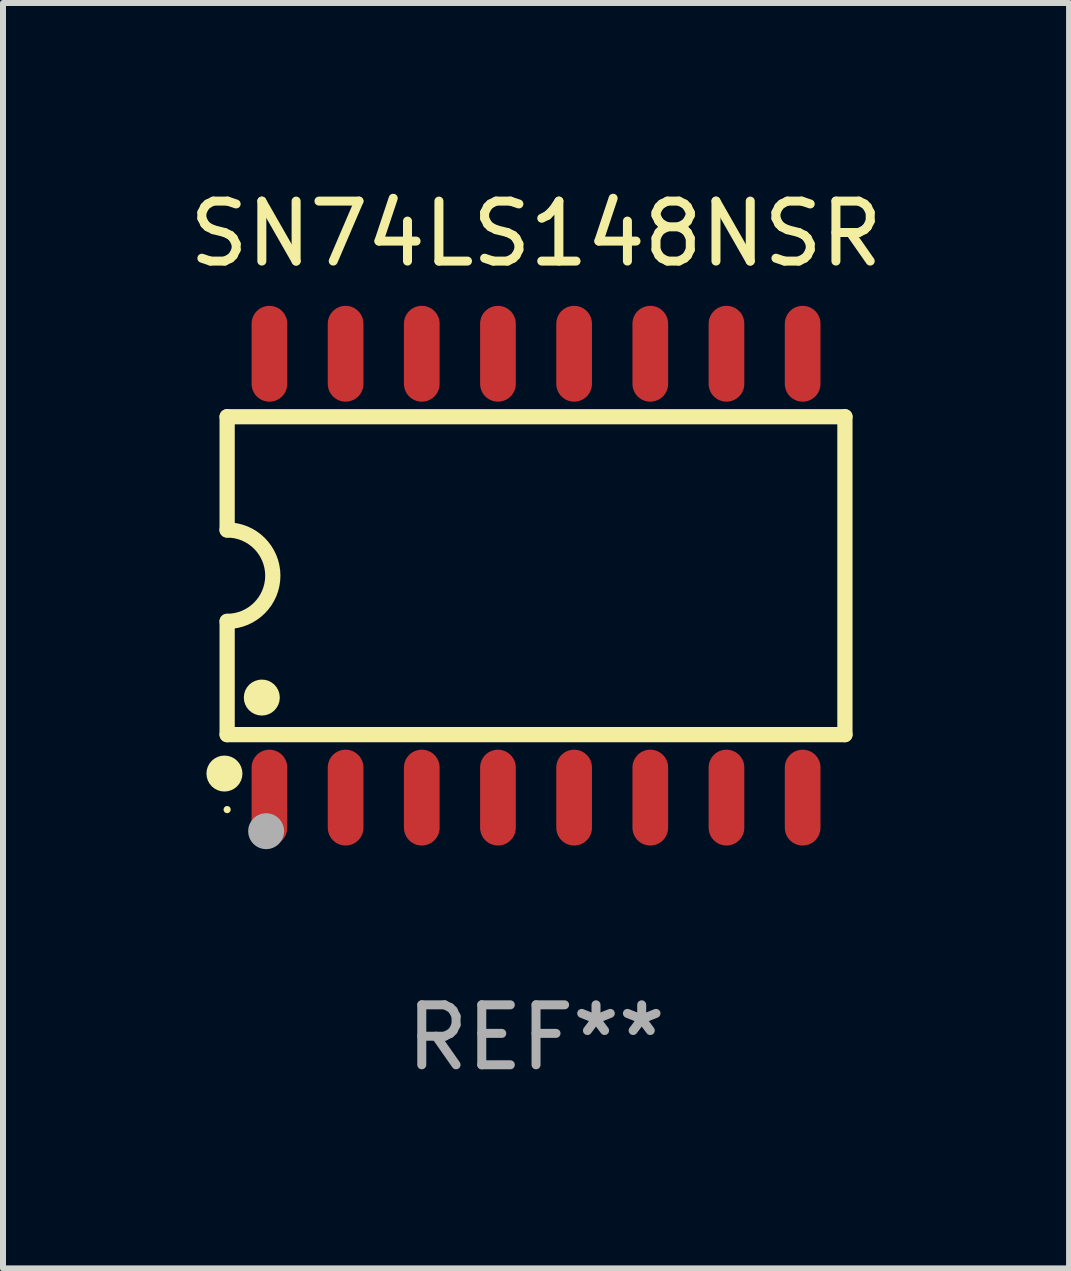
<source format=kicad_pcb>
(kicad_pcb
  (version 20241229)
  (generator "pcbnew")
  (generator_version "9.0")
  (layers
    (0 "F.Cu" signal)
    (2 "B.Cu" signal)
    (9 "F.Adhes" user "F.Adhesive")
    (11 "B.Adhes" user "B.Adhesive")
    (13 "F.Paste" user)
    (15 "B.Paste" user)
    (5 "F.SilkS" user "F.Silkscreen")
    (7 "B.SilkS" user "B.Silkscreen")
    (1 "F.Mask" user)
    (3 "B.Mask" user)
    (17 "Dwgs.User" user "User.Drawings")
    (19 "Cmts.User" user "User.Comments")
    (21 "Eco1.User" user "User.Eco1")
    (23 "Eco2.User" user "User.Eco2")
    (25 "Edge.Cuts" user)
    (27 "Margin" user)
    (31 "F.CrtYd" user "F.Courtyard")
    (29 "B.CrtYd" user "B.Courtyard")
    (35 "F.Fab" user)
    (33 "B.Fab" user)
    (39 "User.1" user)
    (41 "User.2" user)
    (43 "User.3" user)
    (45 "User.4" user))
  (footprint "SN74LS148NSR"
    (layer "F.Cu")
    (at 5.887 6.548)
    (property "Reference" "SN74LS148NSR" (at 0 -5.7 0) (layer "F.SilkS") (effects (font (size 1 1) (thickness 0.15))))
    (attr through_hole)
    (fp_line (start -5.15 -2.65) (end -5.15 -0.762) (stroke (width 0.254) (type solid)) (layer "F.SilkS"))
    (fp_line (start -5.15 -2.65) (end 5.15 -2.65) (stroke (width 0.254) (type solid)) (layer "F.SilkS"))
    (fp_line (start -5.15 2.65) (end -5.15 0.762) (stroke (width 0.254) (type solid)) (layer "F.SilkS"))
    (fp_line (start 5.15 -2.65) (end 5.15 2.65) (stroke (width 0.254) (type solid)) (layer "F.SilkS"))
    (fp_line (start 5.15 2.65) (end -5.15 2.65) (stroke (width 0.254) (type solid)) (layer "F.SilkS"))
    (fp_arc (start -5.151131 -0.762003) (mid -4.389128 -0.000559) (end -5.150013 0.762002) (stroke (width 0.254001) (type solid)) (layer "F.SilkS"))
    (fp_circle (center -5.195 3.299) (end -5.045 3.299) (stroke (width 0.3) (type solid)) (fill no) (layer "F.SilkS"))
    (fp_circle (center -5.15 3.9) (end -5.12 3.9) (stroke (width 0.06) (type solid)) (fill no) (layer "F.SilkS"))
    (fp_circle (center -4.572 2.032) (end -4.422 2.032) (stroke (width 0.3) (type solid)) (fill no) (layer "F.SilkS"))
    (fp_circle (center -4.5 4.26) (end -4.35 4.26) (stroke (width 0.3) (type solid)) (fill no) (layer "F.Fab"))
    (fp_text user "REF**" (at 0 7.7 0) (layer "F.Fab") (effects (font (size 1 1) (thickness 0.15))))
    (pad "1" smd oval (at -4.445 3.7) (size 0.595 1.598) (layers "F.Cu" "F.Mask" "F.Paste"))
    (pad "2" smd oval (at -3.175 3.7) (size 0.595 1.598) (layers "F.Cu" "F.Mask" "F.Paste"))
    (pad "3" smd oval (at -1.905 3.7) (size 0.595 1.598) (layers "F.Cu" "F.Mask" "F.Paste"))
    (pad "4" smd oval (at -0.635 3.7) (size 0.595 1.598) (layers "F.Cu" "F.Mask" "F.Paste"))
    (pad "5" smd oval (at 0.635 3.7) (size 0.595 1.598) (layers "F.Cu" "F.Mask" "F.Paste"))
    (pad "6" smd oval (at 1.905 3.7) (size 0.595 1.598) (layers "F.Cu" "F.Mask" "F.Paste"))
    (pad "7" smd oval (at 3.175 3.7) (size 0.595 1.598) (layers "F.Cu" "F.Mask" "F.Paste"))
    (pad "8" smd oval (at 4.445 3.7) (size 0.595 1.598) (layers "F.Cu" "F.Mask" "F.Paste"))
    (pad "9" smd oval (at 4.445 -3.7) (size 0.595 1.598) (layers "F.Cu" "F.Mask" "F.Paste"))
    (pad "10" smd oval (at 3.175 -3.7) (size 0.595 1.598) (layers "F.Cu" "F.Mask" "F.Paste"))
    (pad "11" smd oval (at 1.905 -3.7) (size 0.595 1.598) (layers "F.Cu" "F.Mask" "F.Paste"))
    (pad "12" smd oval (at 0.635 -3.7) (size 0.595 1.598) (layers "F.Cu" "F.Mask" "F.Paste"))
    (pad "13" smd oval (at -0.635 -3.7) (size 0.595 1.598) (layers "F.Cu" "F.Mask" "F.Paste"))
    (pad "14" smd oval (at -1.905 -3.7) (size 0.595 1.598) (layers "F.Cu" "F.Mask" "F.Paste"))
    (pad "15" smd oval (at -3.175 -3.7) (size 0.595 1.598) (layers "F.Cu" "F.Mask" "F.Paste"))
    (pad "16" smd oval (at -4.445 -3.7) (size 0.595 1.598) (layers "F.Cu" "F.Mask" "F.Paste")))
  (gr_rect
    (start -3 -3)
    (end 14.774 18.097)
    (stroke (width 0.1) (type default))
    (fill no)
    (layer "Edge.Cuts")))
</source>
